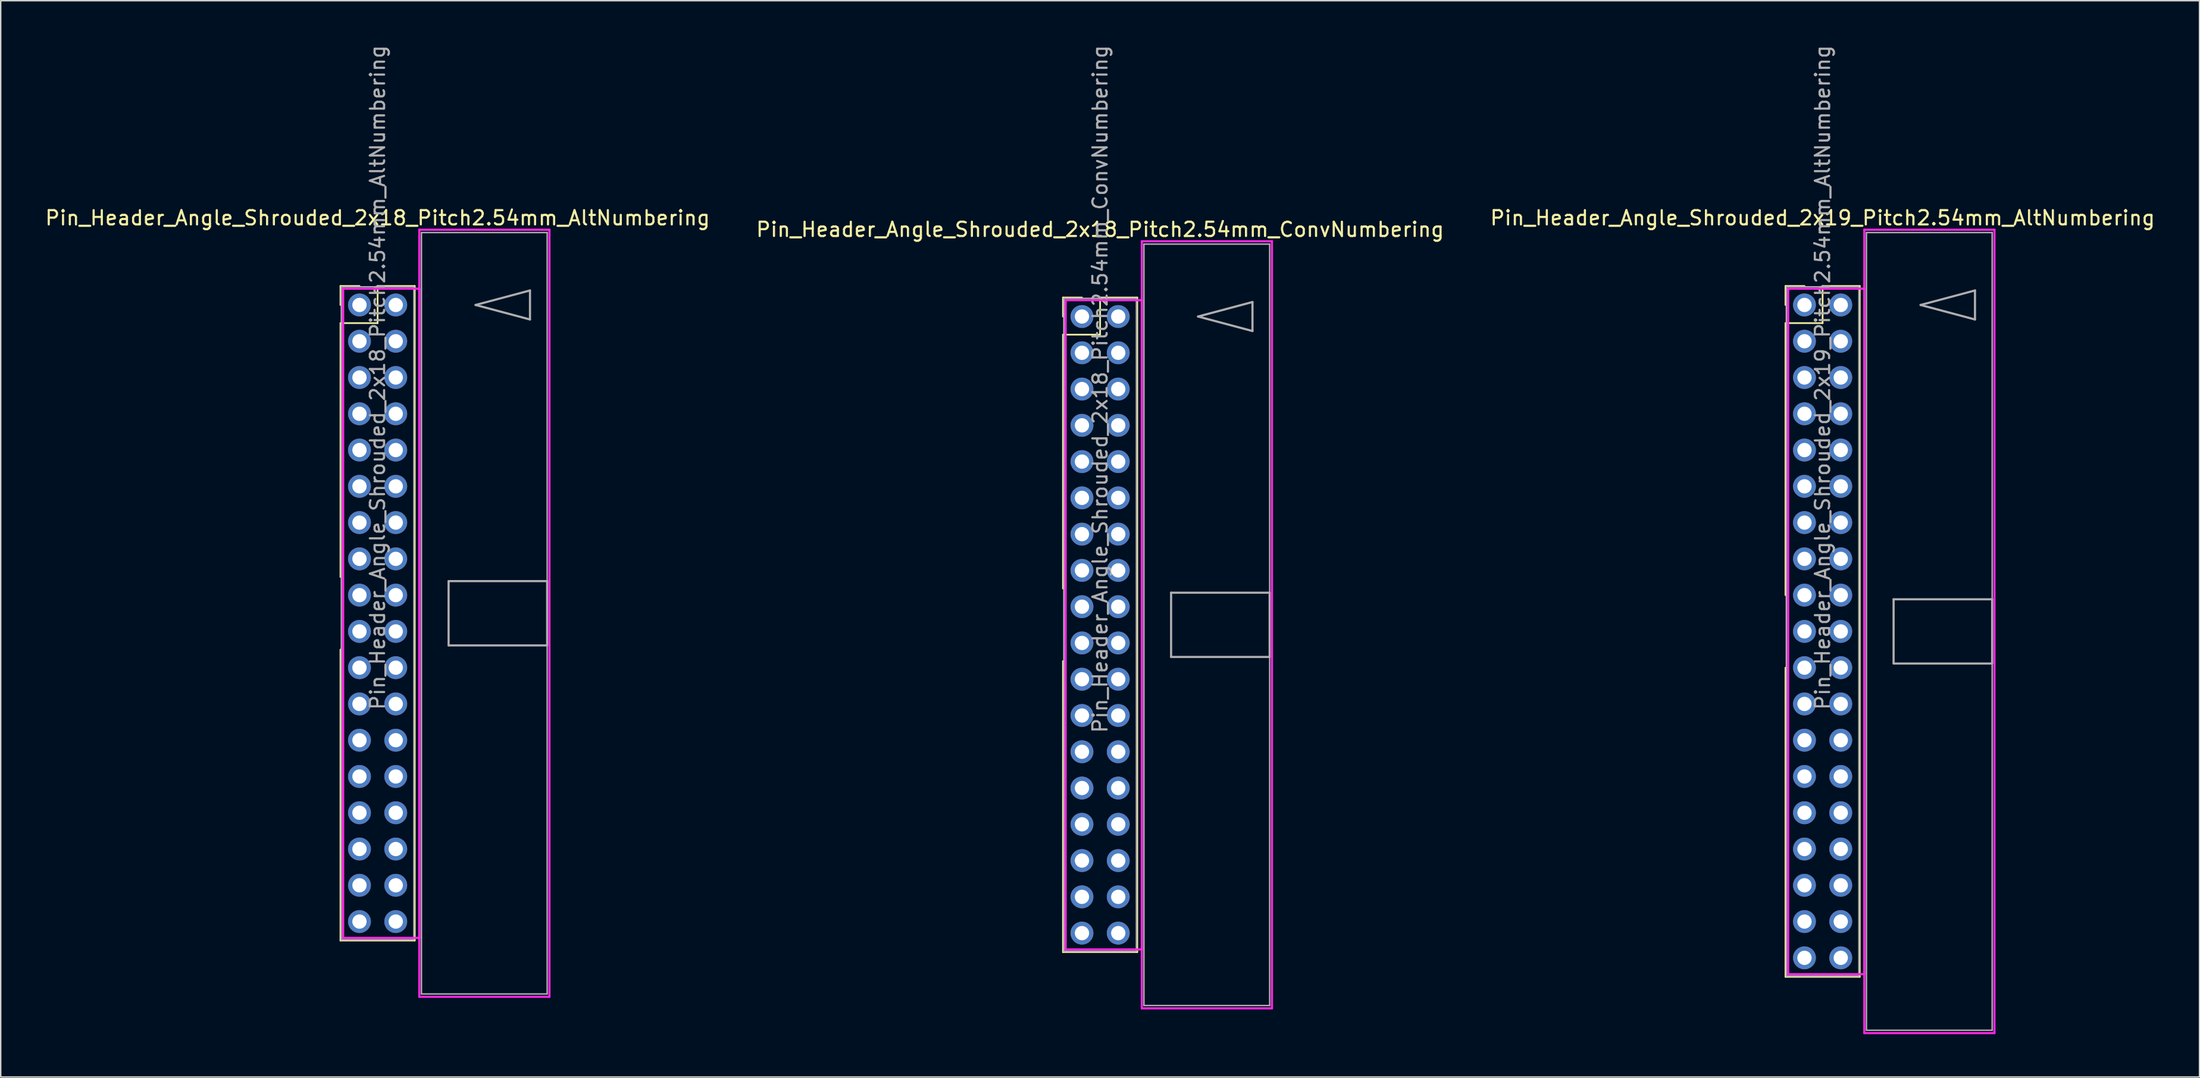
<source format=kicad_pcb>
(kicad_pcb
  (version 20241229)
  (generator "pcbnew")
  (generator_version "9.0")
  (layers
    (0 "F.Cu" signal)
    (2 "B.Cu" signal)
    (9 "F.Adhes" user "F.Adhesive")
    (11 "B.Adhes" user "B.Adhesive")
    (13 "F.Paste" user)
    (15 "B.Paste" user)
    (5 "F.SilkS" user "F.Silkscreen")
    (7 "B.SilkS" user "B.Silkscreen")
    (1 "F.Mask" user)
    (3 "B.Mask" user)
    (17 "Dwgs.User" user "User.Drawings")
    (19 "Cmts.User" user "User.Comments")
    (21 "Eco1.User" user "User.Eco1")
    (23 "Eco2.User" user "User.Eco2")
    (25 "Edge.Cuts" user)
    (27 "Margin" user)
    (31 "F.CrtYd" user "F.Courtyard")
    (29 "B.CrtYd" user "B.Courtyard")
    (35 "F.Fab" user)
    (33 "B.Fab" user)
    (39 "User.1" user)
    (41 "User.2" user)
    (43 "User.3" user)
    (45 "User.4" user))
  (footprint "Pin_Header_Angle_Shrouded_2x18_Pitch2.54mm_ConvNumbering"
    (layer "F.Cu")
    (at 72.7 19.116)
    (property "Reference" "Pin_Header_Angle_Shrouded_2x18_Pitch2.54mm_ConvNumbering" (at 1.27 -6.096 0) (layer "F.SilkS") (effects (font (size 1 1) (thickness 0.15))))
    (attr through_hole)
    (fp_line (start -1.33 -1.33) (end 0 -1.33) (stroke (width 0.12) (type solid)) (layer "F.SilkS"))
    (fp_line (start -1.33 0) (end -1.33 -1.33) (stroke (width 0.12) (type solid)) (layer "F.SilkS"))
    (fp_line (start -1.33 1.27) (end -1.33 19.05) (stroke (width 0.12) (type solid)) (layer "F.SilkS"))
    (fp_line (start -1.33 1.27) (end 1.27 1.27) (stroke (width 0.12) (type solid)) (layer "F.SilkS"))
    (fp_line (start -1.33 24.13) (end -1.33 44.51) (stroke (width 0.12) (type solid)) (layer "F.SilkS"))
    (fp_line (start -1.33 44.51) (end 3.87 44.51) (stroke (width 0.12) (type solid)) (layer "F.SilkS"))
    (fp_line (start 1.27 -1.33) (end 3.87 -1.33) (stroke (width 0.12) (type solid)) (layer "F.SilkS"))
    (fp_line (start 1.27 1.27) (end 1.27 -1.33) (stroke (width 0.12) (type solid)) (layer "F.SilkS"))
    (fp_line (start 3.87 -1.33) (end 3.87 44.51) (stroke (width 0.12) (type solid)) (layer "F.SilkS"))
    (fp_line (start -1.143 -1.143) (end -1.143 44.323) (stroke (width 0.15) (type solid)) (layer "F.CrtYd"))
    (fp_line (start -1.143 44.323) (end 4.19 44.323) (stroke (width 0.15) (type solid)) (layer "F.CrtYd"))
    (fp_line (start 4.19 -5.27) (end 4.19 48.45) (stroke (width 0.15) (type solid)) (layer "F.CrtYd"))
    (fp_line (start 4.19 -1.143) (end -1.143 -1.143) (stroke (width 0.15) (type solid)) (layer "F.CrtYd"))
    (fp_line (start 4.19 44.323) (end 4.19 -1.143) (stroke (width 0.15) (type solid)) (layer "F.CrtYd"))
    (fp_line (start 4.19 48.45) (end 13.3 48.45) (stroke (width 0.15) (type solid)) (layer "F.CrtYd"))
    (fp_line (start 13.3 -5.27) (end 4.19 -5.27) (stroke (width 0.15) (type solid)) (layer "F.CrtYd"))
    (fp_line (start 13.3 48.45) (end 13.3 -5.27) (stroke (width 0.15) (type solid)) (layer "F.CrtYd"))
    (fp_line (start -1.27 -1.27) (end -1.27 44.45) (stroke (width 0.1) (type solid)) (layer "F.Fab"))
    (fp_line (start -1.27 44.45) (end 3.81 44.45) (stroke (width 0.1) (type solid)) (layer "F.Fab"))
    (fp_line (start 3.81 -1.27) (end -1.27 -1.27) (stroke (width 0.1) (type solid)) (layer "F.Fab"))
    (fp_line (start 3.81 44.45) (end 3.81 -1.27) (stroke (width 0.1) (type solid)) (layer "F.Fab"))
    (fp_line (start 4.34 -5.07) (end 4.34 48.25) (stroke (width 0.1) (type solid)) (layer "F.Fab"))
    (fp_line (start 4.34 48.25) (end 13.14 48.25) (stroke (width 0.1) (type solid)) (layer "F.Fab"))
    (fp_line (start 6.24 19.34) (end 6.24 23.84) (stroke (width 0.15) (type solid)) (layer "F.Fab"))
    (fp_line (start 6.24 23.84) (end 13.14 23.84) (stroke (width 0.15) (type solid)) (layer "F.Fab"))
    (fp_line (start 8.128 0) (end 11.938 -1.016) (stroke (width 0.15) (type solid)) (layer "F.Fab"))
    (fp_line (start 11.938 -1.016) (end 11.938 1.016) (stroke (width 0.15) (type solid)) (layer "F.Fab"))
    (fp_line (start 11.938 1.016) (end 8.128 0) (stroke (width 0.15) (type solid)) (layer "F.Fab"))
    (fp_line (start 13.14 -5.07) (end 4.34 -5.07) (stroke (width 0.1) (type solid)) (layer "F.Fab"))
    (fp_line (start 13.14 19.34) (end 6.24 19.34) (stroke (width 0.15) (type solid)) (layer "F.Fab"))
    (fp_line (start 13.14 23.84) (end 13.14 19.34) (stroke (width 0.15) (type solid)) (layer "F.Fab"))
    (fp_line (start 13.14 48.25) (end 13.14 -5.07) (stroke (width 0.1) (type solid)) (layer "F.Fab"))
    (fp_text user "${REFERENCE}" (at 1.27 5.08 90) (layer "F.Fab") (effects (font (size 1 1) (thickness 0.15))))
    (pad "1" thru_hole oval (at 0 0) (size 1.6 1.6) (drill 1) (layers "*.Cu" "*.Mask"))
    (pad "2" thru_hole oval (at 2.54 0) (size 1.6 1.6) (drill 1) (layers "*.Cu" "*.Mask"))
    (pad "3" thru_hole oval (at 0 2.54) (size 1.6 1.6) (drill 1) (layers "*.Cu" "*.Mask"))
    (pad "4" thru_hole oval (at 2.54 2.54) (size 1.6 1.6) (drill 1) (layers "*.Cu" "*.Mask"))
    (pad "5" thru_hole oval (at 0 5.08) (size 1.6 1.6) (drill 1) (layers "*.Cu" "*.Mask"))
    (pad "6" thru_hole oval (at 2.54 5.08) (size 1.6 1.6) (drill 1) (layers "*.Cu" "*.Mask"))
    (pad "7" thru_hole oval (at 0 7.62) (size 1.6 1.6) (drill 1) (layers "*.Cu" "*.Mask"))
    (pad "8" thru_hole oval (at 2.54 7.62) (size 1.6 1.6) (drill 1) (layers "*.Cu" "*.Mask"))
    (pad "9" thru_hole oval (at 0 10.16) (size 1.6 1.6) (drill 1) (layers "*.Cu" "*.Mask"))
    (pad "10" thru_hole oval (at 2.54 10.16) (size 1.6 1.6) (drill 1) (layers "*.Cu" "*.Mask"))
    (pad "11" thru_hole oval (at 0 12.7) (size 1.6 1.6) (drill 1) (layers "*.Cu" "*.Mask"))
    (pad "12" thru_hole oval (at 2.54 12.7) (size 1.6 1.6) (drill 1) (layers "*.Cu" "*.Mask"))
    (pad "13" thru_hole oval (at 0 15.24) (size 1.6 1.6) (drill 1) (layers "*.Cu" "*.Mask"))
    (pad "14" thru_hole oval (at 2.54 15.24) (size 1.6 1.6) (drill 1) (layers "*.Cu" "*.Mask"))
    (pad "15" thru_hole oval (at 0 17.78) (size 1.6 1.6) (drill 1) (layers "*.Cu" "*.Mask"))
    (pad "16" thru_hole oval (at 2.54 17.78) (size 1.6 1.6) (drill 1) (layers "*.Cu" "*.Mask"))
    (pad "17" thru_hole oval (at 0 20.32) (size 1.6 1.6) (drill 1) (layers "*.Cu" "*.Mask"))
    (pad "18" thru_hole oval (at 2.54 20.32) (size 1.6 1.6) (drill 1) (layers "*.Cu" "*.Mask"))
    (pad "19" thru_hole oval (at 0 22.86) (size 1.6 1.6) (drill 1) (layers "*.Cu" "*.Mask"))
    (pad "20" thru_hole oval (at 2.54 22.86) (size 1.6 1.6) (drill 1) (layers "*.Cu" "*.Mask"))
    (pad "21" thru_hole oval (at 0 25.4) (size 1.6 1.6) (drill 1) (layers "*.Cu" "*.Mask"))
    (pad "22" thru_hole oval (at 2.54 25.4) (size 1.6 1.6) (drill 1) (layers "*.Cu" "*.Mask"))
    (pad "23" thru_hole oval (at 0 27.94) (size 1.6 1.6) (drill 1) (layers "*.Cu" "*.Mask"))
    (pad "24" thru_hole oval (at 2.54 27.94) (size 1.6 1.6) (drill 1) (layers "*.Cu" "*.Mask"))
    (pad "25" thru_hole oval (at 0 30.48) (size 1.6 1.6) (drill 1) (layers "*.Cu" "*.Mask"))
    (pad "26" thru_hole oval (at 2.54 30.48) (size 1.6 1.6) (drill 1) (layers "*.Cu" "*.Mask"))
    (pad "27" thru_hole oval (at 0 33.02) (size 1.6 1.6) (drill 1) (layers "*.Cu" "*.Mask"))
    (pad "28" thru_hole oval (at 2.54 33.02) (size 1.6 1.6) (drill 1) (layers "*.Cu" "*.Mask"))
    (pad "29" thru_hole oval (at 0 35.56) (size 1.6 1.6) (drill 1) (layers "*.Cu" "*.Mask"))
    (pad "30" thru_hole oval (at 2.54 35.56) (size 1.6 1.6) (drill 1) (layers "*.Cu" "*.Mask"))
    (pad "31" thru_hole oval (at 0 38.1) (size 1.6 1.6) (drill 1) (layers "*.Cu" "*.Mask"))
    (pad "32" thru_hole oval (at 2.54 38.1) (size 1.6 1.6) (drill 1) (layers "*.Cu" "*.Mask"))
    (pad "33" thru_hole oval (at 0 40.64) (size 1.6 1.6) (drill 1) (layers "*.Cu" "*.Mask"))
    (pad "34" thru_hole oval (at 2.54 40.64) (size 1.6 1.6) (drill 1) (layers "*.Cu" "*.Mask"))
    (pad "35" thru_hole oval (at 0 43.18) (size 1.6 1.6) (drill 1) (layers "*.Cu" "*.Mask"))
    (pad "36" thru_hole oval (at 2.54 43.18) (size 1.6 1.6) (drill 1) (layers "*.Cu" "*.Mask")))
  (footprint "Pin_Header_Angle_Shrouded_2x19_Pitch2.54mm_AltNumbering"
    (layer "F.Cu")
    (at 123.284 18.307)
    (property "Reference" "Pin_Header_Angle_Shrouded_2x19_Pitch2.54mm_AltNumbering" (at 1.27 -6.096 0) (layer "F.SilkS") (effects (font (size 1 1) (thickness 0.15))))
    (attr through_hole)
    (fp_line (start -1.33 -1.33) (end 0 -1.33) (stroke (width 0.12) (type solid)) (layer "F.SilkS"))
    (fp_line (start -1.33 0) (end -1.33 -1.33) (stroke (width 0.12) (type solid)) (layer "F.SilkS"))
    (fp_line (start -1.33 1.27) (end -1.33 20.32) (stroke (width 0.12) (type solid)) (layer "F.SilkS"))
    (fp_line (start -1.33 1.27) (end 1.27 1.27) (stroke (width 0.12) (type solid)) (layer "F.SilkS"))
    (fp_line (start -1.33 25.4) (end -1.33 47.05) (stroke (width 0.12) (type solid)) (layer "F.SilkS"))
    (fp_line (start -1.33 47.05) (end 3.87 47.05) (stroke (width 0.12) (type solid)) (layer "F.SilkS"))
    (fp_line (start 1.27 -1.33) (end 3.87 -1.33) (stroke (width 0.12) (type solid)) (layer "F.SilkS"))
    (fp_line (start 1.27 1.27) (end 1.27 -1.33) (stroke (width 0.12) (type solid)) (layer "F.SilkS"))
    (fp_line (start 3.87 -1.33) (end 3.87 47.05) (stroke (width 0.12) (type solid)) (layer "F.SilkS"))
    (fp_line (start -1.143 -1.143) (end -1.143 46.863) (stroke (width 0.15) (type solid)) (layer "F.CrtYd"))
    (fp_line (start -1.143 46.863) (end 4.19 46.863) (stroke (width 0.15) (type solid)) (layer "F.CrtYd"))
    (fp_line (start 4.19 -5.27) (end 4.19 50.99) (stroke (width 0.15) (type solid)) (layer "F.CrtYd"))
    (fp_line (start 4.19 -1.143) (end -1.143 -1.143) (stroke (width 0.15) (type solid)) (layer "F.CrtYd"))
    (fp_line (start 4.19 46.863) (end 4.19 -1.143) (stroke (width 0.15) (type solid)) (layer "F.CrtYd"))
    (fp_line (start 4.19 50.99) (end 13.3 50.99) (stroke (width 0.15) (type solid)) (layer "F.CrtYd"))
    (fp_line (start 13.3 -5.27) (end 4.19 -5.27) (stroke (width 0.15) (type solid)) (layer "F.CrtYd"))
    (fp_line (start 13.3 50.99) (end 13.3 -5.27) (stroke (width 0.15) (type solid)) (layer "F.CrtYd"))
    (fp_line (start -1.27 -1.27) (end -1.27 46.99) (stroke (width 0.1) (type solid)) (layer "F.Fab"))
    (fp_line (start -1.27 46.99) (end 3.81 46.99) (stroke (width 0.1) (type solid)) (layer "F.Fab"))
    (fp_line (start 3.81 -1.27) (end -1.27 -1.27) (stroke (width 0.1) (type solid)) (layer "F.Fab"))
    (fp_line (start 3.81 46.99) (end 3.81 -1.27) (stroke (width 0.1) (type solid)) (layer "F.Fab"))
    (fp_line (start 4.34 -5.07) (end 4.34 50.79) (stroke (width 0.1) (type solid)) (layer "F.Fab"))
    (fp_line (start 4.34 50.79) (end 13.14 50.79) (stroke (width 0.1) (type solid)) (layer "F.Fab"))
    (fp_line (start 6.24 20.61) (end 6.24 25.11) (stroke (width 0.15) (type solid)) (layer "F.Fab"))
    (fp_line (start 6.24 25.11) (end 13.14 25.11) (stroke (width 0.15) (type solid)) (layer "F.Fab"))
    (fp_line (start 8.128 0) (end 11.938 -1.016) (stroke (width 0.15) (type solid)) (layer "F.Fab"))
    (fp_line (start 11.938 -1.016) (end 11.938 1.016) (stroke (width 0.15) (type solid)) (layer "F.Fab"))
    (fp_line (start 11.938 1.016) (end 8.128 0) (stroke (width 0.15) (type solid)) (layer "F.Fab"))
    (fp_line (start 13.14 -5.07) (end 4.34 -5.07) (stroke (width 0.1) (type solid)) (layer "F.Fab"))
    (fp_line (start 13.14 20.61) (end 6.24 20.61) (stroke (width 0.15) (type solid)) (layer "F.Fab"))
    (fp_line (start 13.14 25.11) (end 13.14 20.61) (stroke (width 0.15) (type solid)) (layer "F.Fab"))
    (fp_line (start 13.14 50.79) (end 13.14 -5.07) (stroke (width 0.1) (type solid)) (layer "F.Fab"))
    (fp_text user "${REFERENCE}" (at 1.27 5.08 90) (layer "F.Fab") (effects (font (size 1 1) (thickness 0.15))))
    (pad "1" thru_hole oval (at 0 0) (size 1.6 1.6) (drill 1) (layers "*.Cu" "*.Mask"))
    (pad "2" thru_hole oval (at 0 2.54) (size 1.6 1.6) (drill 1) (layers "*.Cu" "*.Mask"))
    (pad "3" thru_hole oval (at 0 5.08) (size 1.6 1.6) (drill 1) (layers "*.Cu" "*.Mask"))
    (pad "4" thru_hole oval (at 0 7.62) (size 1.6 1.6) (drill 1) (layers "*.Cu" "*.Mask"))
    (pad "5" thru_hole oval (at 0 10.16) (size 1.6 1.6) (drill 1) (layers "*.Cu" "*.Mask"))
    (pad "6" thru_hole oval (at 0 12.7) (size 1.6 1.6) (drill 1) (layers "*.Cu" "*.Mask"))
    (pad "7" thru_hole oval (at 0 15.24) (size 1.6 1.6) (drill 1) (layers "*.Cu" "*.Mask"))
    (pad "8" thru_hole oval (at 0 17.78) (size 1.6 1.6) (drill 1) (layers "*.Cu" "*.Mask"))
    (pad "9" thru_hole oval (at 0 20.32) (size 1.6 1.6) (drill 1) (layers "*.Cu" "*.Mask"))
    (pad "10" thru_hole oval (at 0 22.86) (size 1.6 1.6) (drill 1) (layers "*.Cu" "*.Mask"))
    (pad "11" thru_hole oval (at 0 25.4) (size 1.6 1.6) (drill 1) (layers "*.Cu" "*.Mask"))
    (pad "12" thru_hole oval (at 0 27.94) (size 1.6 1.6) (drill 1) (layers "*.Cu" "*.Mask"))
    (pad "13" thru_hole oval (at 0 30.48) (size 1.6 1.6) (drill 1) (layers "*.Cu" "*.Mask"))
    (pad "14" thru_hole oval (at 0 33.02) (size 1.6 1.6) (drill 1) (layers "*.Cu" "*.Mask"))
    (pad "15" thru_hole oval (at 0 35.56) (size 1.6 1.6) (drill 1) (layers "*.Cu" "*.Mask"))
    (pad "16" thru_hole oval (at 0 38.1) (size 1.6 1.6) (drill 1) (layers "*.Cu" "*.Mask"))
    (pad "17" thru_hole oval (at 0 40.64) (size 1.6 1.6) (drill 1) (layers "*.Cu" "*.Mask"))
    (pad "18" thru_hole oval (at 0 43.18) (size 1.6 1.6) (drill 1) (layers "*.Cu" "*.Mask"))
    (pad "19" thru_hole oval (at 0 45.72) (size 1.6 1.6) (drill 1) (layers "*.Cu" "*.Mask"))
    (pad "20" thru_hole oval (at 2.54 0) (size 1.6 1.6) (drill 1) (layers "*.Cu" "*.Mask"))
    (pad "21" thru_hole oval (at 2.54 2.54) (size 1.6 1.6) (drill 1) (layers "*.Cu" "*.Mask"))
    (pad "22" thru_hole oval (at 2.54 5.08) (size 1.6 1.6) (drill 1) (layers "*.Cu" "*.Mask"))
    (pad "23" thru_hole oval (at 2.54 7.62) (size 1.6 1.6) (drill 1) (layers "*.Cu" "*.Mask"))
    (pad "24" thru_hole oval (at 2.54 10.16) (size 1.6 1.6) (drill 1) (layers "*.Cu" "*.Mask"))
    (pad "25" thru_hole oval (at 2.54 12.7) (size 1.6 1.6) (drill 1) (layers "*.Cu" "*.Mask"))
    (pad "26" thru_hole oval (at 2.54 15.24) (size 1.6 1.6) (drill 1) (layers "*.Cu" "*.Mask"))
    (pad "27" thru_hole oval (at 2.54 17.78) (size 1.6 1.6) (drill 1) (layers "*.Cu" "*.Mask"))
    (pad "28" thru_hole oval (at 2.54 20.32) (size 1.6 1.6) (drill 1) (layers "*.Cu" "*.Mask"))
    (pad "29" thru_hole oval (at 2.54 22.86) (size 1.6 1.6) (drill 1) (layers "*.Cu" "*.Mask"))
    (pad "30" thru_hole oval (at 2.54 25.4) (size 1.6 1.6) (drill 1) (layers "*.Cu" "*.Mask"))
    (pad "31" thru_hole oval (at 2.54 27.94) (size 1.6 1.6) (drill 1) (layers "*.Cu" "*.Mask"))
    (pad "32" thru_hole oval (at 2.54 30.48) (size 1.6 1.6) (drill 1) (layers "*.Cu" "*.Mask"))
    (pad "33" thru_hole oval (at 2.54 33.02) (size 1.6 1.6) (drill 1) (layers "*.Cu" "*.Mask"))
    (pad "34" thru_hole oval (at 2.54 35.56) (size 1.6 1.6) (drill 1) (layers "*.Cu" "*.Mask"))
    (pad "35" thru_hole oval (at 2.54 38.1) (size 1.6 1.6) (drill 1) (layers "*.Cu" "*.Mask"))
    (pad "36" thru_hole oval (at 2.54 40.64) (size 1.6 1.6) (drill 1) (layers "*.Cu" "*.Mask"))
    (pad "37" thru_hole oval (at 2.54 43.18) (size 1.6 1.6) (drill 1) (layers "*.Cu" "*.Mask"))
    (pad "38" thru_hole oval (at 2.54 45.72) (size 1.6 1.6) (drill 1) (layers "*.Cu" "*.Mask")))
  (footprint "Pin_Header_Angle_Shrouded_2x18_Pitch2.54mm_AltNumbering"
    (layer "F.Cu")
    (at 22.117 18.307)
    (property "Reference" "Pin_Header_Angle_Shrouded_2x18_Pitch2.54mm_AltNumbering" (at 1.27 -6.096 0) (layer "F.SilkS") (effects (font (size 1 1) (thickness 0.15))))
    (attr through_hole)
    (fp_line (start -1.33 -1.33) (end 0 -1.33) (stroke (width 0.12) (type solid)) (layer "F.SilkS"))
    (fp_line (start -1.33 0) (end -1.33 -1.33) (stroke (width 0.12) (type solid)) (layer "F.SilkS"))
    (fp_line (start -1.33 1.27) (end -1.33 19.05) (stroke (width 0.12) (type solid)) (layer "F.SilkS"))
    (fp_line (start -1.33 1.27) (end 1.27 1.27) (stroke (width 0.12) (type solid)) (layer "F.SilkS"))
    (fp_line (start -1.33 24.13) (end -1.33 44.51) (stroke (width 0.12) (type solid)) (layer "F.SilkS"))
    (fp_line (start -1.33 44.51) (end 3.87 44.51) (stroke (width 0.12) (type solid)) (layer "F.SilkS"))
    (fp_line (start 1.27 -1.33) (end 3.87 -1.33) (stroke (width 0.12) (type solid)) (layer "F.SilkS"))
    (fp_line (start 1.27 1.27) (end 1.27 -1.33) (stroke (width 0.12) (type solid)) (layer "F.SilkS"))
    (fp_line (start 3.87 -1.33) (end 3.87 44.51) (stroke (width 0.12) (type solid)) (layer "F.SilkS"))
    (fp_line (start -1.143 -1.143) (end -1.143 44.323) (stroke (width 0.15) (type solid)) (layer "F.CrtYd"))
    (fp_line (start -1.143 44.323) (end 4.19 44.323) (stroke (width 0.15) (type solid)) (layer "F.CrtYd"))
    (fp_line (start 4.19 -5.27) (end 4.19 48.45) (stroke (width 0.15) (type solid)) (layer "F.CrtYd"))
    (fp_line (start 4.19 -1.143) (end -1.143 -1.143) (stroke (width 0.15) (type solid)) (layer "F.CrtYd"))
    (fp_line (start 4.19 44.323) (end 4.19 -1.143) (stroke (width 0.15) (type solid)) (layer "F.CrtYd"))
    (fp_line (start 4.19 48.45) (end 13.3 48.45) (stroke (width 0.15) (type solid)) (layer "F.CrtYd"))
    (fp_line (start 13.3 -5.27) (end 4.19 -5.27) (stroke (width 0.15) (type solid)) (layer "F.CrtYd"))
    (fp_line (start 13.3 48.45) (end 13.3 -5.27) (stroke (width 0.15) (type solid)) (layer "F.CrtYd"))
    (fp_line (start -1.27 -1.27) (end -1.27 44.45) (stroke (width 0.1) (type solid)) (layer "F.Fab"))
    (fp_line (start -1.27 44.45) (end 3.81 44.45) (stroke (width 0.1) (type solid)) (layer "F.Fab"))
    (fp_line (start 3.81 -1.27) (end -1.27 -1.27) (stroke (width 0.1) (type solid)) (layer "F.Fab"))
    (fp_line (start 3.81 44.45) (end 3.81 -1.27) (stroke (width 0.1) (type solid)) (layer "F.Fab"))
    (fp_line (start 4.34 -5.07) (end 4.34 48.25) (stroke (width 0.1) (type solid)) (layer "F.Fab"))
    (fp_line (start 4.34 48.25) (end 13.14 48.25) (stroke (width 0.1) (type solid)) (layer "F.Fab"))
    (fp_line (start 6.24 19.34) (end 6.24 23.84) (stroke (width 0.15) (type solid)) (layer "F.Fab"))
    (fp_line (start 6.24 23.84) (end 13.14 23.84) (stroke (width 0.15) (type solid)) (layer "F.Fab"))
    (fp_line (start 8.128 0) (end 11.938 -1.016) (stroke (width 0.15) (type solid)) (layer "F.Fab"))
    (fp_line (start 11.938 -1.016) (end 11.938 1.016) (stroke (width 0.15) (type solid)) (layer "F.Fab"))
    (fp_line (start 11.938 1.016) (end 8.128 0) (stroke (width 0.15) (type solid)) (layer "F.Fab"))
    (fp_line (start 13.14 -5.07) (end 4.34 -5.07) (stroke (width 0.1) (type solid)) (layer "F.Fab"))
    (fp_line (start 13.14 19.34) (end 6.24 19.34) (stroke (width 0.15) (type solid)) (layer "F.Fab"))
    (fp_line (start 13.14 23.84) (end 13.14 19.34) (stroke (width 0.15) (type solid)) (layer "F.Fab"))
    (fp_line (start 13.14 48.25) (end 13.14 -5.07) (stroke (width 0.1) (type solid)) (layer "F.Fab"))
    (fp_text user "${REFERENCE}" (at 1.27 5.08 90) (layer "F.Fab") (effects (font (size 1 1) (thickness 0.15))))
    (pad "1" thru_hole oval (at 0 0) (size 1.6 1.6) (drill 1) (layers "*.Cu" "*.Mask"))
    (pad "2" thru_hole oval (at 0 2.54) (size 1.6 1.6) (drill 1) (layers "*.Cu" "*.Mask"))
    (pad "3" thru_hole oval (at 0 5.08) (size 1.6 1.6) (drill 1) (layers "*.Cu" "*.Mask"))
    (pad "4" thru_hole oval (at 0 7.62) (size 1.6 1.6) (drill 1) (layers "*.Cu" "*.Mask"))
    (pad "5" thru_hole oval (at 0 10.16) (size 1.6 1.6) (drill 1) (layers "*.Cu" "*.Mask"))
    (pad "6" thru_hole oval (at 0 12.7) (size 1.6 1.6) (drill 1) (layers "*.Cu" "*.Mask"))
    (pad "7" thru_hole oval (at 0 15.24) (size 1.6 1.6) (drill 1) (layers "*.Cu" "*.Mask"))
    (pad "8" thru_hole oval (at 0 17.78) (size 1.6 1.6) (drill 1) (layers "*.Cu" "*.Mask"))
    (pad "9" thru_hole oval (at 0 20.32) (size 1.6 1.6) (drill 1) (layers "*.Cu" "*.Mask"))
    (pad "10" thru_hole oval (at 0 22.86) (size 1.6 1.6) (drill 1) (layers "*.Cu" "*.Mask"))
    (pad "11" thru_hole oval (at 0 25.4) (size 1.6 1.6) (drill 1) (layers "*.Cu" "*.Mask"))
    (pad "12" thru_hole oval (at 0 27.94) (size 1.6 1.6) (drill 1) (layers "*.Cu" "*.Mask"))
    (pad "13" thru_hole oval (at 0 30.48) (size 1.6 1.6) (drill 1) (layers "*.Cu" "*.Mask"))
    (pad "14" thru_hole oval (at 0 33.02) (size 1.6 1.6) (drill 1) (layers "*.Cu" "*.Mask"))
    (pad "15" thru_hole oval (at 0 35.56) (size 1.6 1.6) (drill 1) (layers "*.Cu" "*.Mask"))
    (pad "16" thru_hole oval (at 0 38.1) (size 1.6 1.6) (drill 1) (layers "*.Cu" "*.Mask"))
    (pad "17" thru_hole oval (at 0 40.64) (size 1.6 1.6) (drill 1) (layers "*.Cu" "*.Mask"))
    (pad "18" thru_hole oval (at 0 43.18) (size 1.6 1.6) (drill 1) (layers "*.Cu" "*.Mask"))
    (pad "19" thru_hole oval (at 2.54 0) (size 1.6 1.6) (drill 1) (layers "*.Cu" "*.Mask"))
    (pad "20" thru_hole oval (at 2.54 2.54) (size 1.6 1.6) (drill 1) (layers "*.Cu" "*.Mask"))
    (pad "21" thru_hole oval (at 2.54 5.08) (size 1.6 1.6) (drill 1) (layers "*.Cu" "*.Mask"))
    (pad "22" thru_hole oval (at 2.54 7.62) (size 1.6 1.6) (drill 1) (layers "*.Cu" "*.Mask"))
    (pad "23" thru_hole oval (at 2.54 10.16) (size 1.6 1.6) (drill 1) (layers "*.Cu" "*.Mask"))
    (pad "24" thru_hole oval (at 2.54 12.7) (size 1.6 1.6) (drill 1) (layers "*.Cu" "*.Mask"))
    (pad "25" thru_hole oval (at 2.54 15.24) (size 1.6 1.6) (drill 1) (layers "*.Cu" "*.Mask"))
    (pad "26" thru_hole oval (at 2.54 17.78) (size 1.6 1.6) (drill 1) (layers "*.Cu" "*.Mask"))
    (pad "27" thru_hole oval (at 2.54 20.32) (size 1.6 1.6) (drill 1) (layers "*.Cu" "*.Mask"))
    (pad "28" thru_hole oval (at 2.54 22.86) (size 1.6 1.6) (drill 1) (layers "*.Cu" "*.Mask"))
    (pad "29" thru_hole oval (at 2.54 25.4) (size 1.6 1.6) (drill 1) (layers "*.Cu" "*.Mask"))
    (pad "30" thru_hole oval (at 2.54 27.94) (size 1.6 1.6) (drill 1) (layers "*.Cu" "*.Mask"))
    (pad "31" thru_hole oval (at 2.54 30.48) (size 1.6 1.6) (drill 1) (layers "*.Cu" "*.Mask"))
    (pad "32" thru_hole oval (at 2.54 33.02) (size 1.6 1.6) (drill 1) (layers "*.Cu" "*.Mask"))
    (pad "33" thru_hole oval (at 2.54 35.56) (size 1.6 1.6) (drill 1) (layers "*.Cu" "*.Mask"))
    (pad "34" thru_hole oval (at 2.54 38.1) (size 1.6 1.6) (drill 1) (layers "*.Cu" "*.Mask"))
    (pad "35" thru_hole oval (at 2.54 40.64) (size 1.6 1.6) (drill 1) (layers "*.Cu" "*.Mask"))
    (pad "36" thru_hole oval (at 2.54 43.18) (size 1.6 1.6) (drill 1) (layers "*.Cu" "*.Mask")))
  (gr_rect
    (start -3 -3)
    (end 150.94 72.372)
    (stroke (width 0.1) (type default))
    (fill no)
    (layer "Edge.Cuts")))
</source>
